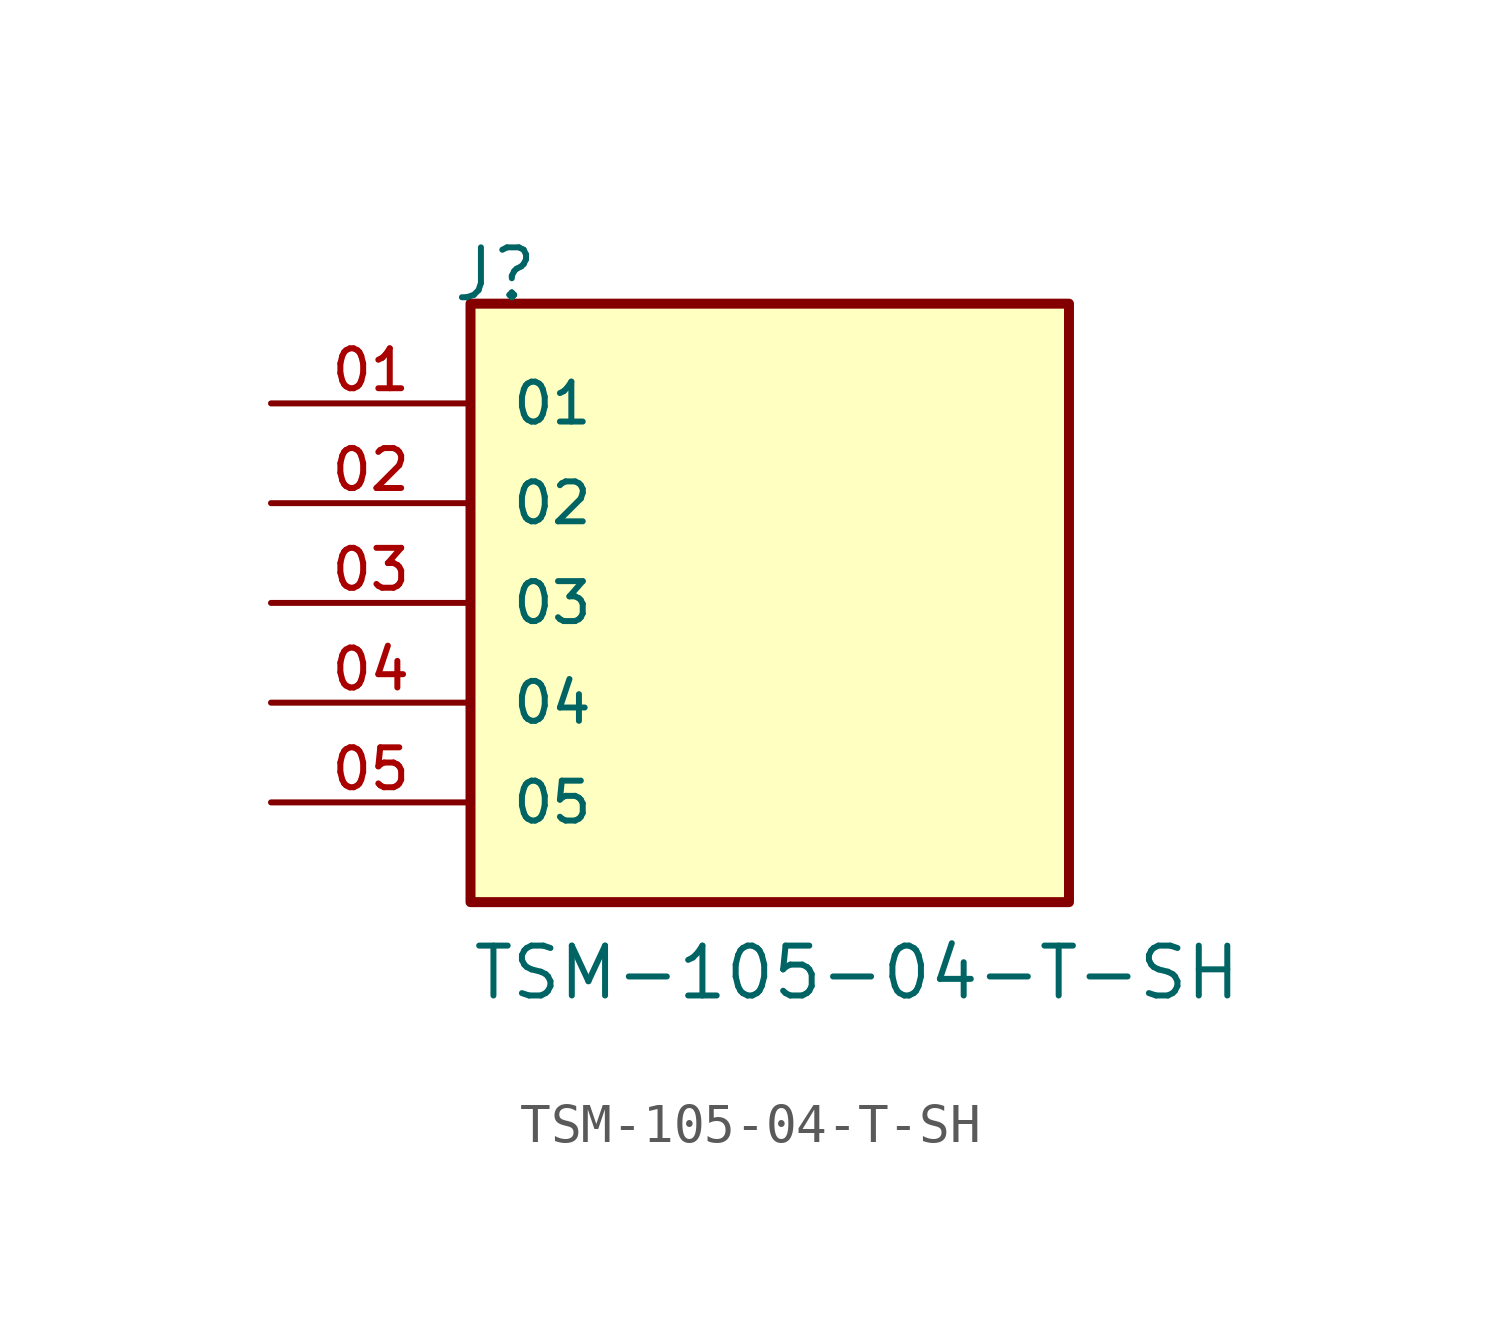
<source format=kicad_sym>
(kicad_symbol_lib
  (version 20211014)
  (generator kicad_symbol_editor)
  (symbol "TSM-105-04-T-SH"
    (pin_names
      (offset 1.016))
    (property "Reference" "J"
      (at -8.12 7.62 0)
      (effects (font (size 1.27 1.27)) (justify bottom left)))
    (property "Value" "TSM-105-04-T-SH"
      (at -7.62 -10.16 0)
      (effects (font (size 1.27 1.27)) (justify bottom left)))
    (symbol "TSM-105-04-T-SH_0_0"
      (rectangle (start -7.62 -7.62) (end 7.62 7.62) (stroke (width 0.254)) (fill (type background)))
      (pin passive line (at -12.7 5.08 0) (length 5.08) (name "01" (effects (font (size 1.016 1.016)))) (number "01" (effects (font (size 1.016 1.016)))))
      (pin passive line (at -12.7 2.54 0) (length 5.08) (name "02" (effects (font (size 1.016 1.016)))) (number "02" (effects (font (size 1.016 1.016)))))
      (pin passive line (at -12.7 0.0 0) (length 5.08) (name "03" (effects (font (size 1.016 1.016)))) (number "03" (effects (font (size 1.016 1.016)))))
      (pin passive line (at -12.7 -2.54 0) (length 5.08) (name "04" (effects (font (size 1.016 1.016)))) (number "04" (effects (font (size 1.016 1.016)))))
      (pin passive line (at -12.7 -5.08 0) (length 5.08) (name "05" (effects (font (size 1.016 1.016)))) (number "05" (effects (font (size 1.016 1.016))))))))
</source>
